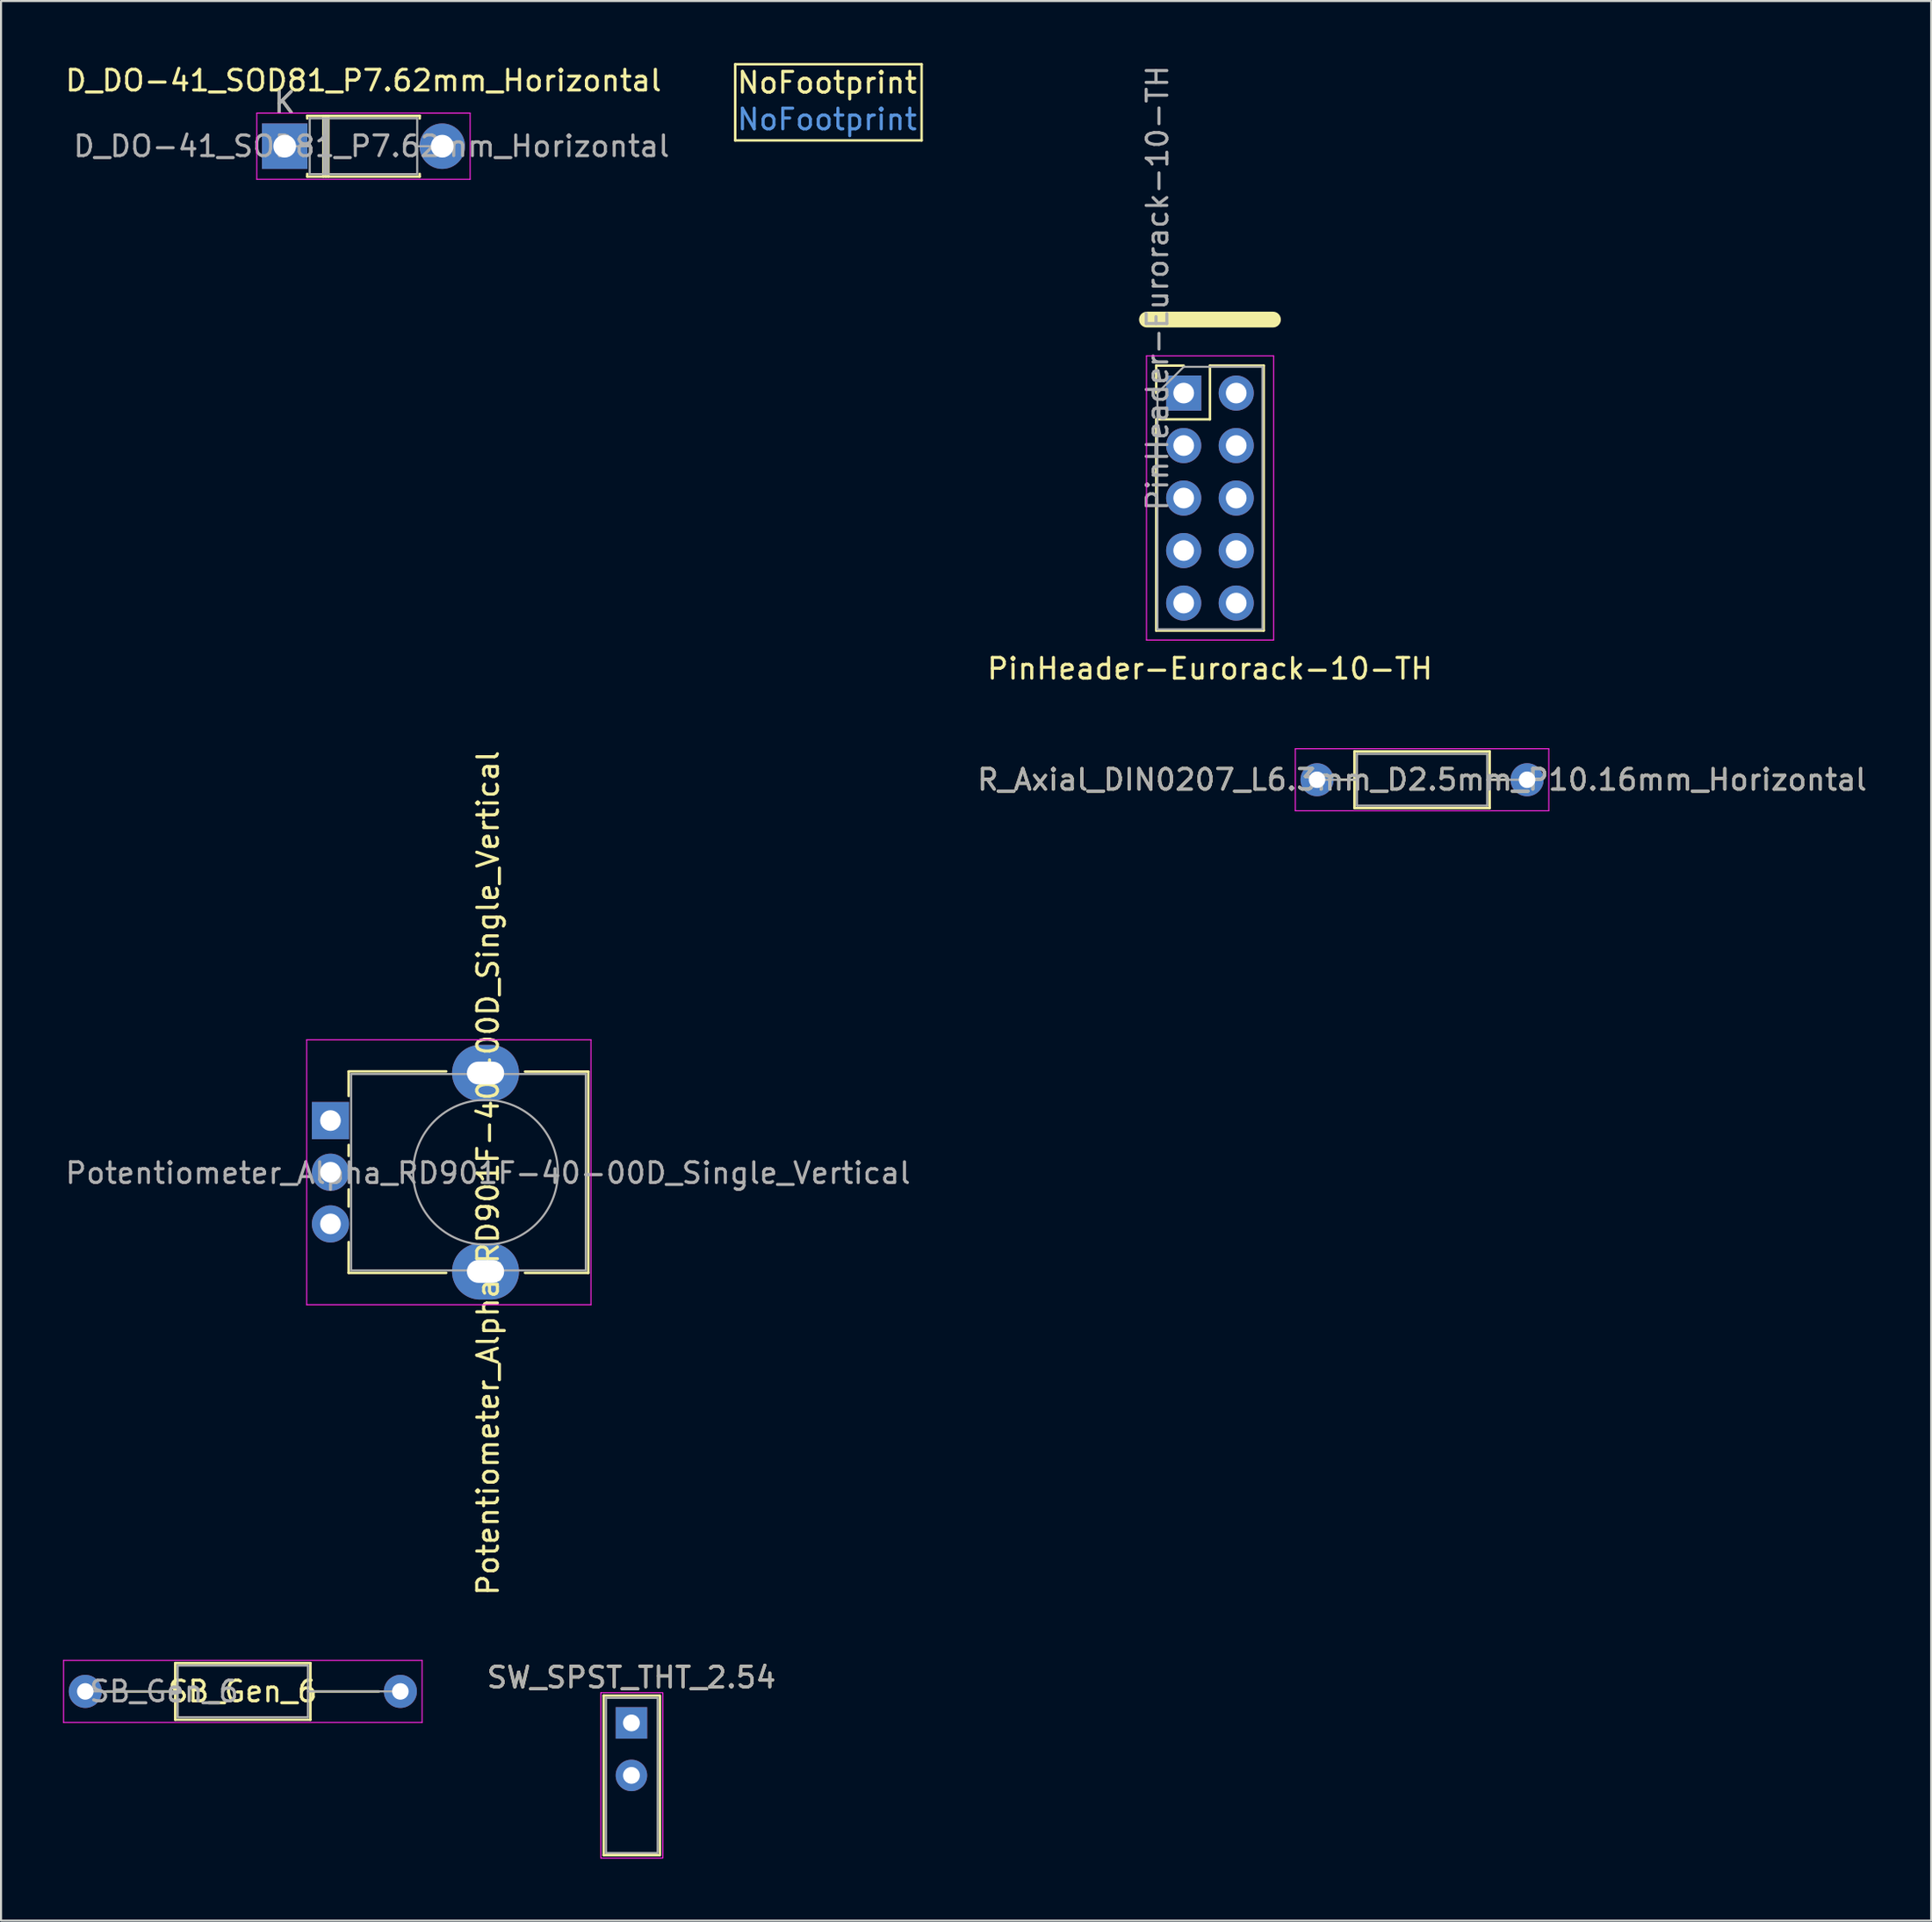
<source format=kicad_pcb>
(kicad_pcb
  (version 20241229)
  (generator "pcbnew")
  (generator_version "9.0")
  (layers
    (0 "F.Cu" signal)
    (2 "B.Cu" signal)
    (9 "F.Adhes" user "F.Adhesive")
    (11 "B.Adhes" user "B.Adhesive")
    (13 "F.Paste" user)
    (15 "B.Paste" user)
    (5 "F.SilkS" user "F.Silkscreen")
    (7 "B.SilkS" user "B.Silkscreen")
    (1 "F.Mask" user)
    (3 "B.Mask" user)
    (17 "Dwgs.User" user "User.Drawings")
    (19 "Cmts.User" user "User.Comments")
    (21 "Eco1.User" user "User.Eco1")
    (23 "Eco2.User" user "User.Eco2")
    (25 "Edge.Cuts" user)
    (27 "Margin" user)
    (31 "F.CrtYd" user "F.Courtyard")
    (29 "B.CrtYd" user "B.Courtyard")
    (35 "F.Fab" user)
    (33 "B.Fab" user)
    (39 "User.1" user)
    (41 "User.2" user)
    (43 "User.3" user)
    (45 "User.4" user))
  (footprint "D_DO-41_SOD81_P7.62mm_Horizontal"
    (layer "F.Cu")
    (at 10.72 4.023)
    (property "Reference" "D_DO-41_SOD81_P7.62mm_Horizontal" (at 3.81 -3.175 180) (layer "F.SilkS") (effects (font (size 1 1) (thickness 0.15))))
    (attr through_hole)
    (fp_line (start 1.09 -1.47) (end 6.53 -1.47) (stroke (width 0.12) (type solid)) (layer "F.SilkS"))
    (fp_line (start 1.09 -1.34) (end 1.09 -1.47) (stroke (width 0.12) (type solid)) (layer "F.SilkS"))
    (fp_line (start 1.09 1.34) (end 1.09 1.47) (stroke (width 0.12) (type solid)) (layer "F.SilkS"))
    (fp_line (start 1.09 1.47) (end 6.53 1.47) (stroke (width 0.12) (type solid)) (layer "F.SilkS"))
    (fp_line (start 1.87 -1.47) (end 1.87 1.47) (stroke (width 0.12) (type solid)) (layer "F.SilkS"))
    (fp_line (start 1.99 -1.47) (end 1.99 1.47) (stroke (width 0.12) (type solid)) (layer "F.SilkS"))
    (fp_line (start 2.11 -1.47) (end 2.11 1.47) (stroke (width 0.12) (type solid)) (layer "F.SilkS"))
    (fp_line (start 6.53 -1.47) (end 6.53 -1.34) (stroke (width 0.12) (type solid)) (layer "F.SilkS"))
    (fp_line (start 6.53 1.47) (end 6.53 1.34) (stroke (width 0.12) (type solid)) (layer "F.SilkS"))
    (fp_line (start -1.35 -1.6) (end -1.35 1.6) (stroke (width 0.05) (type solid)) (layer "F.CrtYd"))
    (fp_line (start -1.35 1.6) (end 8.97 1.6) (stroke (width 0.05) (type solid)) (layer "F.CrtYd"))
    (fp_line (start 8.97 -1.6) (end -1.35 -1.6) (stroke (width 0.05) (type solid)) (layer "F.CrtYd"))
    (fp_line (start 8.97 1.6) (end 8.97 -1.6) (stroke (width 0.05) (type solid)) (layer "F.CrtYd"))
    (fp_line (start 0 0) (end 1.21 0) (stroke (width 0.1) (type solid)) (layer "F.Fab"))
    (fp_line (start 1.21 -1.35) (end 1.21 1.35) (stroke (width 0.1) (type solid)) (layer "F.Fab"))
    (fp_line (start 1.21 1.35) (end 6.41 1.35) (stroke (width 0.1) (type solid)) (layer "F.Fab"))
    (fp_line (start 1.89 -1.35) (end 1.89 1.35) (stroke (width 0.1) (type solid)) (layer "F.Fab"))
    (fp_line (start 1.99 -1.35) (end 1.99 1.35) (stroke (width 0.1) (type solid)) (layer "F.Fab"))
    (fp_line (start 2.09 -1.35) (end 2.09 1.35) (stroke (width 0.1) (type solid)) (layer "F.Fab"))
    (fp_line (start 6.41 -1.35) (end 1.21 -1.35) (stroke (width 0.1) (type solid)) (layer "F.Fab"))
    (fp_line (start 6.41 1.35) (end 6.41 -1.35) (stroke (width 0.1) (type solid)) (layer "F.Fab"))
    (fp_line (start 7.62 0) (end 6.41 0) (stroke (width 0.1) (type solid)) (layer "F.Fab"))
    (fp_text user "K" (at 0 -2.1 180) (layer "F.SilkS") (effects (font (size 1 1) (thickness 0.15))))
    (fp_text user "K" (at 0 -2.1 180) (layer "F.Fab") (effects (font (size 1 1) (thickness 0.15))))
    (fp_text user "${REFERENCE}" (at 4.2 0 180) (layer "F.Fab") (effects (font (size 1 1) (thickness 0.15))))
    (pad "1" thru_hole rect (at 0 0) (size 2.2 2.2) (drill 1.1) (layers "*.Cu" "*.Mask"))
    (pad "2" thru_hole oval (at 7.62 0) (size 2.2 2.2) (drill 1.1) (layers "*.Cu" "*.Mask")))
  (footprint "SB_Gen_6"
    (layer "F.Cu")
    (at 1.075 78.782)
    (property "Reference" "SB_Gen_6" (at 7.62 0 180) (layer "F.SilkS") (effects (font (size 1 1) (thickness 0.15))))
    (attr through_hole)
    (fp_line (start 1.04 0) (end 4.35 0) (stroke (width 0.12) (type solid)) (layer "F.SilkS"))
    (fp_line (start 4.35 -1.37) (end 4.35 1.37) (stroke (width 0.12) (type solid)) (layer "F.SilkS"))
    (fp_line (start 4.35 1.37) (end 10.89 1.37) (stroke (width 0.12) (type solid)) (layer "F.SilkS"))
    (fp_line (start 10.89 -1.37) (end 4.35 -1.37) (stroke (width 0.12) (type solid)) (layer "F.SilkS"))
    (fp_line (start 10.89 1.37) (end 10.89 -1.37) (stroke (width 0.12) (type solid)) (layer "F.SilkS"))
    (fp_line (start 14.2 0) (end 10.89 0) (stroke (width 0.12) (type solid)) (layer "F.SilkS"))
    (fp_line (start -1.05 -1.5) (end -1.05 1.5) (stroke (width 0.05) (type solid)) (layer "F.CrtYd"))
    (fp_line (start -1.05 1.5) (end 16.29 1.5) (stroke (width 0.05) (type solid)) (layer "F.CrtYd"))
    (fp_line (start 16.29 -1.5) (end -1.05 -1.5) (stroke (width 0.05) (type solid)) (layer "F.CrtYd"))
    (fp_line (start 16.29 1.5) (end 16.29 -1.5) (stroke (width 0.05) (type solid)) (layer "F.CrtYd"))
    (fp_line (start 0 0) (end 4.47 0) (stroke (width 0.1) (type solid)) (layer "F.Fab"))
    (fp_line (start 4.47 -1.25) (end 4.47 1.25) (stroke (width 0.1) (type solid)) (layer "F.Fab"))
    (fp_line (start 4.47 1.25) (end 10.77 1.25) (stroke (width 0.1) (type solid)) (layer "F.Fab"))
    (fp_line (start 10.77 -1.25) (end 4.47 -1.25) (stroke (width 0.1) (type solid)) (layer "F.Fab"))
    (fp_line (start 10.77 1.25) (end 10.77 -1.25) (stroke (width 0.1) (type solid)) (layer "F.Fab"))
    (fp_line (start 15.24 0) (end 10.77 0) (stroke (width 0.1) (type solid)) (layer "F.Fab"))
    (fp_text user "${REFERENCE}" (at 3.81 0 180) (layer "F.Fab") (effects (font (size 1 1) (thickness 0.15))))
    (pad "1" thru_hole circle (at 0 0) (size 1.6 1.6) (drill 0.8) (layers "*.Cu" "*.Mask"))
    (pad "2" thru_hole oval (at 15.24 0) (size 1.6 1.6) (drill 0.8) (layers "*.Cu" "*.Mask")))
  (footprint "R_Axial_DIN0207_L6.3mm_D2.5mm_P10.16mm_Horizontal"
    (layer "F.Cu")
    (at 60.652 34.675)
    (property "Reference" "R_Axial_DIN0207_L6.3mm_D2.5mm_P10.16mm_Horizontal" (at 5.08 0 180) (layer "F.SilkS") (effects (font (size 1 1) (thickness 0.15))))
    (attr through_hole)
    (fp_line (start 1.04 0) (end 1.81 0) (stroke (width 0.12) (type solid)) (layer "F.SilkS"))
    (fp_line (start 1.81 -1.37) (end 1.81 1.37) (stroke (width 0.12) (type solid)) (layer "F.SilkS"))
    (fp_line (start 1.81 1.37) (end 8.35 1.37) (stroke (width 0.12) (type solid)) (layer "F.SilkS"))
    (fp_line (start 8.35 -1.37) (end 1.81 -1.37) (stroke (width 0.12) (type solid)) (layer "F.SilkS"))
    (fp_line (start 8.35 1.37) (end 8.35 -1.37) (stroke (width 0.12) (type solid)) (layer "F.SilkS"))
    (fp_line (start 9.12 0) (end 8.35 0) (stroke (width 0.12) (type solid)) (layer "F.SilkS"))
    (fp_line (start -1.05 -1.5) (end -1.05 1.5) (stroke (width 0.05) (type solid)) (layer "F.CrtYd"))
    (fp_line (start -1.05 1.5) (end 11.21 1.5) (stroke (width 0.05) (type solid)) (layer "F.CrtYd"))
    (fp_line (start 11.21 -1.5) (end -1.05 -1.5) (stroke (width 0.05) (type solid)) (layer "F.CrtYd"))
    (fp_line (start 11.21 1.5) (end 11.21 -1.5) (stroke (width 0.05) (type solid)) (layer "F.CrtYd"))
    (fp_line (start 0 0) (end 1.93 0) (stroke (width 0.1) (type solid)) (layer "F.Fab"))
    (fp_line (start 1.93 -1.25) (end 1.93 1.25) (stroke (width 0.1) (type solid)) (layer "F.Fab"))
    (fp_line (start 1.93 1.25) (end 8.23 1.25) (stroke (width 0.1) (type solid)) (layer "F.Fab"))
    (fp_line (start 8.23 -1.25) (end 1.93 -1.25) (stroke (width 0.1) (type solid)) (layer "F.Fab"))
    (fp_line (start 8.23 1.25) (end 8.23 -1.25) (stroke (width 0.1) (type solid)) (layer "F.Fab"))
    (fp_line (start 10.16 0) (end 8.23 0) (stroke (width 0.1) (type solid)) (layer "F.Fab"))
    (fp_text user "${REFERENCE}" (at 5.08 0 180) (layer "F.Fab") (effects (font (size 1 1) (thickness 0.15))))
    (pad "1" thru_hole circle (at 0 0) (size 1.6 1.6) (drill 0.8) (layers "*.Cu" "*.Mask"))
    (pad "2" thru_hole oval (at 10.16 0) (size 1.6 1.6) (drill 0.8) (layers "*.Cu" "*.Mask")))
  (footprint "SW_SPST_THT_2.54"
    (layer "F.Cu")
    (at 27.491 80.306)
    (property "Reference" "SW_SPST_THT_2.54" (at 0 -2.2 0) (layer "F.SilkS") (effects (font (size 1 1) (thickness 0.15))))
    (attr through_hole)
    (fp_line (start -1.341 -1.321) (end 1.341 -1.321) (stroke (width 0.12) (type solid)) (layer "F.SilkS"))
    (fp_line (start -1.341 6.401) (end -1.341 -1.321) (stroke (width 0.12) (type solid)) (layer "F.SilkS"))
    (fp_line (start -1.341 6.401) (end 1.341 6.401) (stroke (width 0.12) (type solid)) (layer "F.SilkS"))
    (fp_line (start 1.381 -1.321) (end 1.381 6.401) (stroke (width 0.12) (type solid)) (layer "F.SilkS"))
    (fp_line (start -1.48 6.54) (end -1.48 -1.46) (stroke (width 0.05) (type solid)) (layer "F.CrtYd"))
    (fp_line (start -1.48 6.54) (end 1.48 6.54) (stroke (width 0.05) (type solid)) (layer "F.CrtYd"))
    (fp_line (start 1.48 -1.46) (end -1.48 -1.46) (stroke (width 0.05) (type solid)) (layer "F.CrtYd"))
    (fp_line (start 1.52 -1.46) (end 1.52 6.54) (stroke (width 0.05) (type solid)) (layer "F.CrtYd"))
    (fp_line (start -1.23 -1.21) (end 1.23 -1.21) (stroke (width 0.1) (type solid)) (layer "F.Fab"))
    (fp_line (start -1.23 6.29) (end -1.23 -1.21) (stroke (width 0.1) (type solid)) (layer "F.Fab"))
    (fp_line (start -1.23 6.29) (end 1.23 6.29) (stroke (width 0.1) (type solid)) (layer "F.Fab"))
    (fp_line (start 1.27 6.29) (end 1.27 -1.21) (stroke (width 0.1) (type solid)) (layer "F.Fab"))
    (fp_text user "${REFERENCE}" (at 0 -2.2 0) (layer "F.Fab") (effects (font (size 1 1) (thickness 0.15))))
    (pad "1" thru_hole rect (at 0 0) (size 1.524 1.524) (drill 0.813) (layers "*.Cu" "*.Mask"))
    (pad "2" thru_hole circle (at 0 2.54) (size 1.524 1.524) (drill 0.813) (layers "*.Cu" "*.Mask")))
  (footprint "NoFootprint"
    (layer "F.Cu")
    (at 36.955 0.949)
    (property "Reference" "NoFootprint" (at 0 0 0) (layer "F.SilkS") (effects (font (size 1 1) (thickness 0.15))))
    (attr exclude_from_pos_files exclude_from_bom)
    (fp_line (start -4.445 -0.889) (end -4.445 2.794) (stroke (width 0.12) (type solid)) (layer "F.SilkS"))
    (fp_line (start -4.445 2.794) (end 4.572 2.794) (stroke (width 0.12) (type solid)) (layer "F.SilkS"))
    (fp_line (start 4.572 -0.889) (end -4.445 -0.889) (stroke (width 0.12) (type solid)) (layer "F.SilkS"))
    (fp_line (start 4.572 2.794) (end 4.572 -0.889) (stroke (width 0.12) (type solid)) (layer "F.SilkS"))
    (fp_text user "NoFootprint" (at 0 1.778 0) (layer "Cmts.User") (effects (font (size 1 1) (thickness 0.15)))))
  (footprint "PinHeader-Eurorack-10-TH"
    (layer "F.Cu")
    (at 54.203 15.967)
    (property "Reference" "PinHeader-Eurorack-10-TH" (at 1.27 13.335 0) (layer "F.SilkS") (effects (font (size 1 1) (thickness 0.15))))
    (attr through_hole)
    (fp_line (start -1.778 -3.556) (end 4.318 -3.556) (stroke (width 0.762) (type solid)) (layer "F.SilkS"))
    (fp_line (start -1.33 -1.33) (end 0 -1.33) (stroke (width 0.12) (type solid)) (layer "F.SilkS"))
    (fp_line (start -1.33 0) (end -1.33 -1.33) (stroke (width 0.12) (type solid)) (layer "F.SilkS"))
    (fp_line (start -1.33 1.27) (end -1.33 11.49) (stroke (width 0.12) (type solid)) (layer "F.SilkS"))
    (fp_line (start -1.33 1.27) (end 1.27 1.27) (stroke (width 0.12) (type solid)) (layer "F.SilkS"))
    (fp_line (start -1.33 11.49) (end 3.87 11.49) (stroke (width 0.12) (type solid)) (layer "F.SilkS"))
    (fp_line (start 1.27 -1.33) (end 3.87 -1.33) (stroke (width 0.12) (type solid)) (layer "F.SilkS"))
    (fp_line (start 1.27 1.27) (end 1.27 -1.33) (stroke (width 0.12) (type solid)) (layer "F.SilkS"))
    (fp_line (start 3.87 -1.33) (end 3.87 11.49) (stroke (width 0.12) (type solid)) (layer "F.SilkS"))
    (fp_line (start -1.8 -1.8) (end -1.8 11.95) (stroke (width 0.05) (type solid)) (layer "F.CrtYd"))
    (fp_line (start -1.8 11.95) (end 4.35 11.95) (stroke (width 0.05) (type solid)) (layer "F.CrtYd"))
    (fp_line (start 4.35 -1.8) (end -1.8 -1.8) (stroke (width 0.05) (type solid)) (layer "F.CrtYd"))
    (fp_line (start 4.35 11.95) (end 4.35 -1.8) (stroke (width 0.05) (type solid)) (layer "F.CrtYd"))
    (fp_line (start -1.27 0) (end 0 -1.27) (stroke (width 0.1) (type solid)) (layer "F.Fab"))
    (fp_line (start -1.27 11.43) (end -1.27 0) (stroke (width 0.1) (type solid)) (layer "F.Fab"))
    (fp_line (start 0 -1.27) (end 3.81 -1.27) (stroke (width 0.1) (type solid)) (layer "F.Fab"))
    (fp_line (start 3.81 -1.27) (end 3.81 11.43) (stroke (width 0.1) (type solid)) (layer "F.Fab"))
    (fp_line (start 3.81 11.43) (end -1.27 11.43) (stroke (width 0.1) (type solid)) (layer "F.Fab"))
    (fp_text user "${REFERENCE}" (at -1.27 -5.08 90) (layer "F.Fab") (effects (font (size 1 1) (thickness 0.15))))
    (pad "1" thru_hole rect (at 0 0) (size 1.7 1.7) (drill 1) (layers "*.Cu" "*.Mask"))
    (pad "2" thru_hole oval (at 2.54 0) (size 1.7 1.7) (drill 1) (layers "*.Cu" "*.Mask"))
    (pad "3" thru_hole oval (at 0 2.54) (size 1.7 1.7) (drill 1) (layers "*.Cu" "*.Mask"))
    (pad "4" thru_hole oval (at 2.54 2.54) (size 1.7 1.7) (drill 1) (layers "*.Cu" "*.Mask"))
    (pad "5" thru_hole oval (at 0 5.08) (size 1.7 1.7) (drill 1) (layers "*.Cu" "*.Mask"))
    (pad "6" thru_hole oval (at 2.54 5.08) (size 1.7 1.7) (drill 1) (layers "*.Cu" "*.Mask"))
    (pad "7" thru_hole oval (at 0 7.62) (size 1.7 1.7) (drill 1) (layers "*.Cu" "*.Mask"))
    (pad "8" thru_hole oval (at 2.54 7.62) (size 1.7 1.7) (drill 1) (layers "*.Cu" "*.Mask"))
    (pad "9" thru_hole oval (at 0 10.16) (size 1.7 1.7) (drill 1) (layers "*.Cu" "*.Mask"))
    (pad "10" thru_hole oval (at 2.54 10.16) (size 1.7 1.7) (drill 1) (layers "*.Cu" "*.Mask")))
  (footprint "Potentiometer_Alpha_RD901F-40-00D_Single_Vertical"
    (layer "F.Cu")
    (at 12.934 51.164)
    (property "Reference" "Potentiometer_Alpha_RD901F-40-00D_Single_Vertical" (at 7.62 2.54 270) (layer "F.SilkS") (effects (font (size 1 1) (thickness 0.15))))
    (attr through_hole)
    (fp_line (start 0.88 -2.38) (end 5.6 -2.38) (stroke (width 0.12) (type solid)) (layer "F.SilkS"))
    (fp_line (start 0.88 -1.19) (end 0.88 -2.37) (stroke (width 0.12) (type solid)) (layer "F.SilkS"))
    (fp_line (start 0.88 1.71) (end 0.88 1.18) (stroke (width 0.12) (type solid)) (layer "F.SilkS"))
    (fp_line (start 0.88 4.16) (end 0.88 3.33) (stroke (width 0.12) (type solid)) (layer "F.SilkS"))
    (fp_line (start 0.88 7.37) (end 0.88 5.88) (stroke (width 0.12) (type solid)) (layer "F.SilkS"))
    (fp_line (start 0.88 7.37) (end 5.6 7.37) (stroke (width 0.12) (type solid)) (layer "F.SilkS"))
    (fp_line (start 9.41 -2.37) (end 12.47 -2.37) (stroke (width 0.12) (type solid)) (layer "F.SilkS"))
    (fp_line (start 9.41 7.37) (end 12.47 7.37) (stroke (width 0.12) (type solid)) (layer "F.SilkS"))
    (fp_line (start 12.47 7.37) (end 12.47 -2.37) (stroke (width 0.12) (type solid)) (layer "F.SilkS"))
    (fp_line (start -1.15 -3.91) (end -1.15 8.91) (stroke (width 0.05) (type solid)) (layer "F.CrtYd"))
    (fp_line (start -1.15 8.91) (end 12.6 8.91) (stroke (width 0.05) (type solid)) (layer "F.CrtYd"))
    (fp_line (start 12.6 -3.91) (end -1.15 -3.91) (stroke (width 0.05) (type solid)) (layer "F.CrtYd"))
    (fp_line (start 12.6 8.91) (end 12.6 -3.91) (stroke (width 0.05) (type solid)) (layer "F.CrtYd"))
    (fp_line (start 1 -2.25) (end 12.35 -2.25) (stroke (width 0.1) (type solid)) (layer "F.Fab"))
    (fp_line (start 1 7.25) (end 1 -2.25) (stroke (width 0.1) (type solid)) (layer "F.Fab"))
    (fp_line (start 1 7.25) (end 12.35 7.25) (stroke (width 0.1) (type solid)) (layer "F.Fab"))
    (fp_line (start 12.35 7.25) (end 12.35 -2.25) (stroke (width 0.1) (type solid)) (layer "F.Fab"))
    (fp_circle (center 7.5 2.5) (end 7.5 -1) (stroke (width 0.1) (type solid)) (fill no) (layer "F.Fab"))
    (fp_text user "${REFERENCE}" (at 7.62 2.54 0) (layer "F.Fab") (effects (font (size 1 1) (thickness 0.15))))
    (pad "" thru_hole oval (at 7.5 -2.3 90) (size 2.72 3.24) (drill oval 1.1 1.8) (layers "*.Cu" "*.Mask"))
    (pad "" thru_hole oval (at 7.5 7.3 90) (size 2.72 3.24) (drill oval 1.1 1.8) (layers "*.Cu" "*.Mask"))
    (pad "1" thru_hole rect (at 0 0 90) (size 1.8 1.8) (drill 1) (layers "*.Cu" "*.Mask"))
    (pad "2" thru_hole circle (at 0 2.5 90) (size 1.8 1.8) (drill 1) (layers "*.Cu" "*.Mask"))
    (pad "3" thru_hole circle (at 0 5 90) (size 1.8 1.8) (drill 1) (layers "*.Cu" "*.Mask")))
  (gr_rect
    (start -3 -3)
    (end 90.357 89.871)
    (stroke (width 0.1) (type default))
    (fill no)
    (layer "Edge.Cuts")))
</source>
